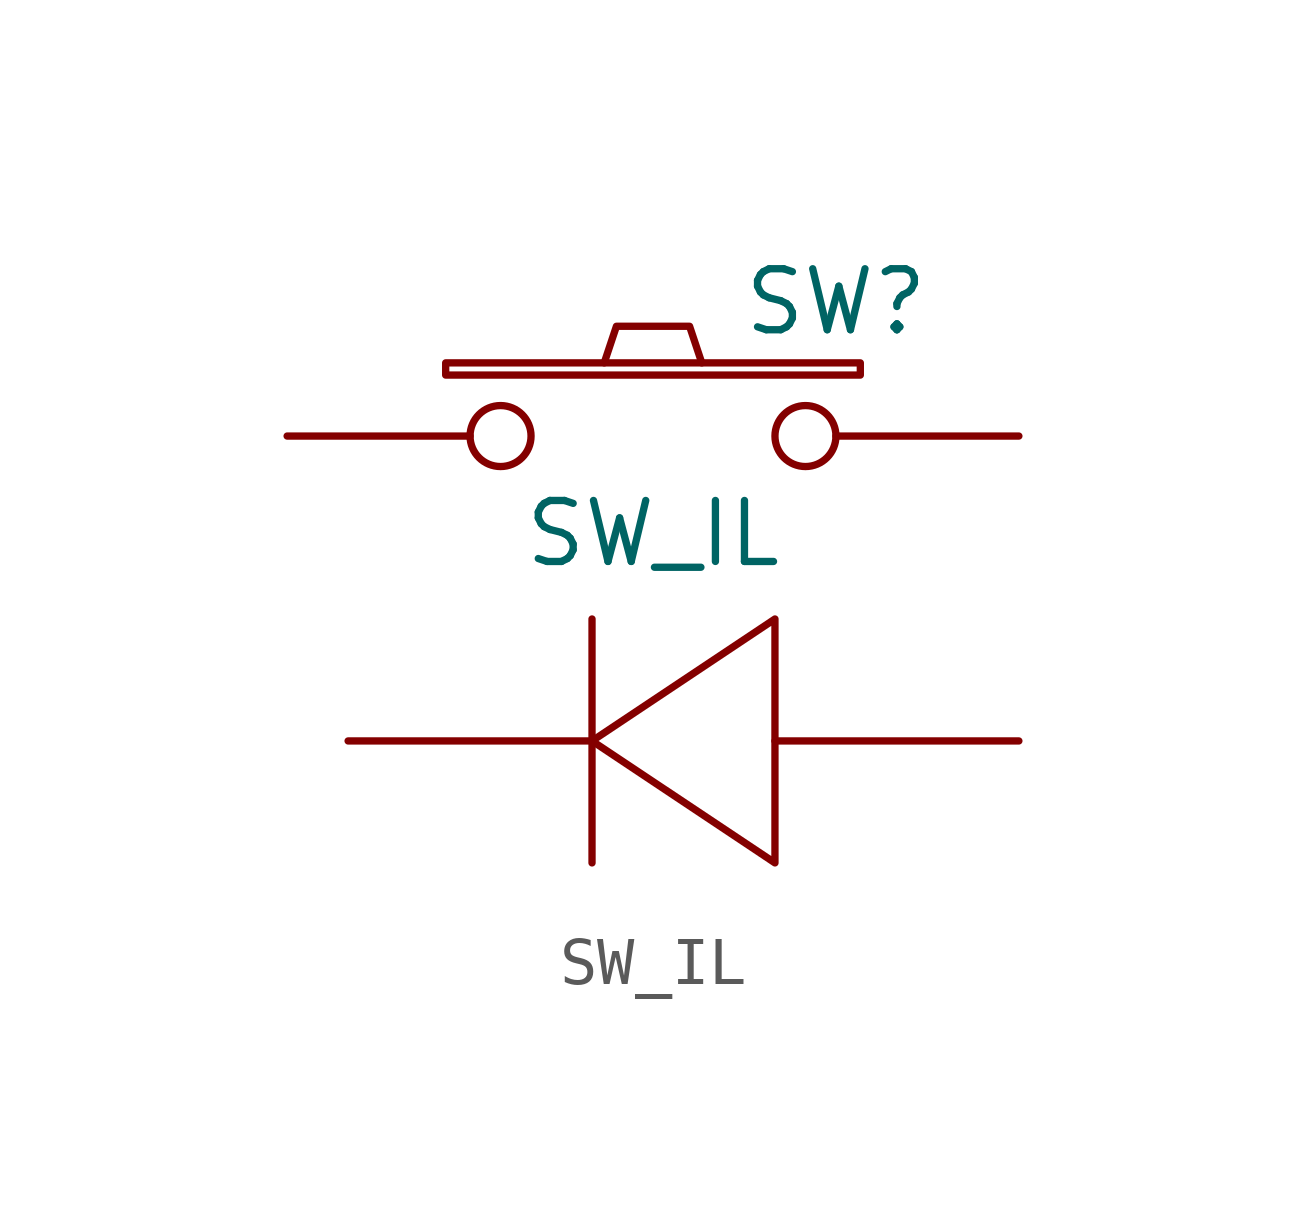
<source format=kicad_sym>
(kicad_symbol_lib
  (version 20231120)
  (generator "kicad_symbol_editor")
  (generator_version "8.0")
  (symbol "SW_IL"
    (pin_numbers hide)
    (pin_names
      (offset 1.016) hide)
    (property "Reference" "SW"
      (at 3.81 2.794 0)
      (effects (font (size 1.27 1.27))))
    (property "Value" "SW_IL"
      (at 0 -2.032 0)
      (effects (font (size 1.27 1.27))))
    (property "Footprint" ""
      (at 0 0 0)
      (effects (font (size 1.27 1.27))))
    (property "Datasheet" ""
      (at 0 0 0)
      (effects (font (size 1.27 1.27))))
    (symbol "SW_IL_0_1"
      (rectangle (start -4.318 1.27) (end 4.318 1.524) (stroke (width 0) (type solid)) (fill (type none)))
      (polyline (pts (xy -1.27 -3.81) (xy -1.27 -8.89)) (stroke (width 0) (type solid)) (fill (type none)))
      (polyline (pts (xy -1.016 1.524) (xy -0.762 2.286) (xy 0.762 2.286) (xy 1.016 1.524)) (stroke (width 0) (type solid)) (fill (type none)))
      (polyline (pts (xy 2.54 -3.81) (xy 2.54 -8.89) (xy -1.27 -6.35) (xy 2.54 -3.81)) (stroke (width 0) (type solid)) (fill (type none)))
      (pin passive inverted (at -7.62 0 0) (length 5.08) (name "~" (effects (font (size 1.27 1.27)))) (number "1" (effects (font (size 1.27 1.27)))))
      (pin passive inverted (at 7.62 0 180) (length 5.08) (name "~" (effects (font (size 1.27 1.27)))) (number "2" (effects (font (size 1.27 1.27)))))
      (pin passive line (at -6.35 -6.35 0) (length 5.08) (name "~" (effects (font (size 1.27 1.27)))) (number "3" (effects (font (size 1.27 1.27))))))
    (symbol "SW_IL_1_1"
      (pin passive line (at 7.62 -6.35 180) (length 5.08) (name "~" (effects (font (size 1.27 1.27)))) (number "4" (effects (font (size 1.27 1.27))))))))
</source>
